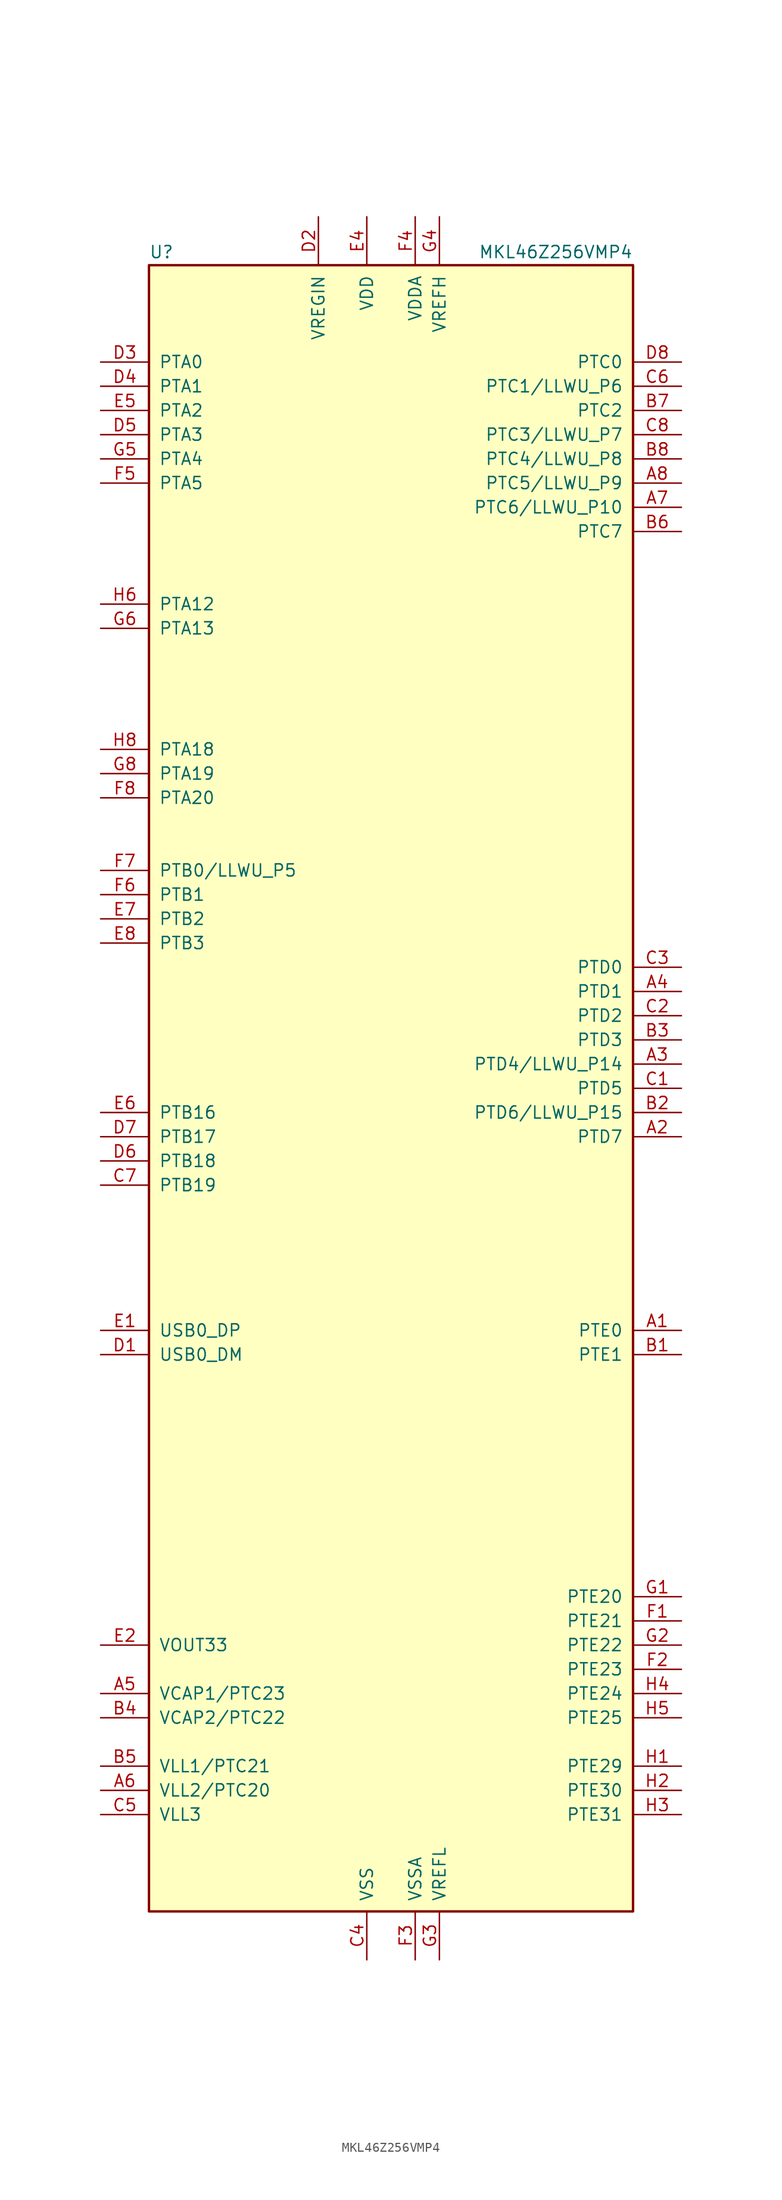
<source format=kicad_sym>
(kicad_symbol_lib
  (version 20211014)
  (generator kicad_symbol_editor)
  (symbol "MKL46Z256VMP4"
    (pin_names
      (offset 1.016))
    (property "Reference" "U"
      (at -25.4 86.995 0)
      (effects (font (size 1.27 1.27)) (justify left bottom)))
    (property "Value" "MKL46Z256VMP4"
      (at 25.4 86.995 0)
      (effects (font (size 1.27 1.27)) (justify right bottom)))
    (symbol "MKL46Z256VMP4_0_1"
      (rectangle (start -25.4 86.36) (end 25.4 -86.36) (stroke (width 0.254) (type default) (color 0 0 0 0)) (fill (type background))))
    (symbol "MKL46Z256VMP4_1_1"
      (pin bidirectional line (at 30.48 -25.4 180) (length 5.08) (name "PTE0" (effects (font (size 1.27 1.27)))) (number "A1" (effects (font (size 1.27 1.27)))))
      (pin bidirectional line (at 30.48 -5.08 180) (length 5.08) (name "PTD7" (effects (font (size 1.27 1.27)))) (number "A2" (effects (font (size 1.27 1.27)))))
      (pin bidirectional line (at 30.48 2.54 180) (length 5.08) (name "PTD4/LLWU_P14" (effects (font (size 1.27 1.27)))) (number "A3" (effects (font (size 1.27 1.27)))))
      (pin bidirectional line (at 30.48 10.16 180) (length 5.08) (name "PTD1" (effects (font (size 1.27 1.27)))) (number "A4" (effects (font (size 1.27 1.27)))))
      (pin passive line (at -30.48 -63.5 0) (length 5.08) (name "VCAP1/PTC23" (effects (font (size 1.27 1.27)))) (number "A5" (effects (font (size 1.27 1.27)))))
      (pin power_out line (at -30.48 -73.66 0) (length 5.08) (name "VLL2/PTC20" (effects (font (size 1.27 1.27)))) (number "A6" (effects (font (size 1.27 1.27)))))
      (pin bidirectional line (at 30.48 60.96 180) (length 5.08) (name "PTC6/LLWU_P10" (effects (font (size 1.27 1.27)))) (number "A7" (effects (font (size 1.27 1.27)))))
      (pin bidirectional line (at 30.48 63.5 180) (length 5.08) (name "PTC5/LLWU_P9" (effects (font (size 1.27 1.27)))) (number "A8" (effects (font (size 1.27 1.27)))))
      (pin bidirectional line (at 30.48 -27.94 180) (length 5.08) (name "PTE1" (effects (font (size 1.27 1.27)))) (number "B1" (effects (font (size 1.27 1.27)))))
      (pin bidirectional line (at 30.48 -2.54 180) (length 5.08) (name "PTD6/LLWU_P15" (effects (font (size 1.27 1.27)))) (number "B2" (effects (font (size 1.27 1.27)))))
      (pin bidirectional line (at 30.48 5.08 180) (length 5.08) (name "PTD3" (effects (font (size 1.27 1.27)))) (number "B3" (effects (font (size 1.27 1.27)))))
      (pin passive line (at -30.48 -66.04 0) (length 5.08) (name "VCAP2/PTC22" (effects (font (size 1.27 1.27)))) (number "B4" (effects (font (size 1.27 1.27)))))
      (pin power_out line (at -30.48 -71.12 0) (length 5.08) (name "VLL1/PTC21" (effects (font (size 1.27 1.27)))) (number "B5" (effects (font (size 1.27 1.27)))))
      (pin bidirectional line (at 30.48 58.42 180) (length 5.08) (name "PTC7" (effects (font (size 1.27 1.27)))) (number "B6" (effects (font (size 1.27 1.27)))))
      (pin bidirectional line (at 30.48 71.12 180) (length 5.08) (name "PTC2" (effects (font (size 1.27 1.27)))) (number "B7" (effects (font (size 1.27 1.27)))))
      (pin bidirectional line (at 30.48 66.04 180) (length 5.08) (name "PTC4/LLWU_P8" (effects (font (size 1.27 1.27)))) (number "B8" (effects (font (size 1.27 1.27)))))
      (pin bidirectional line (at 30.48 0 180) (length 5.08) (name "PTD5" (effects (font (size 1.27 1.27)))) (number "C1" (effects (font (size 1.27 1.27)))))
      (pin bidirectional line (at 30.48 7.62 180) (length 5.08) (name "PTD2" (effects (font (size 1.27 1.27)))) (number "C2" (effects (font (size 1.27 1.27)))))
      (pin bidirectional line (at 30.48 12.7 180) (length 5.08) (name "PTD0" (effects (font (size 1.27 1.27)))) (number "C3" (effects (font (size 1.27 1.27)))))
      (pin power_in line (at -2.54 -91.44 90) (length 5.08) (name "VSS" (effects (font (size 1.27 1.27)))) (number "C4" (effects (font (size 1.27 1.27)))))
      (pin power_out line (at -30.48 -76.2 0) (length 5.08) (name "VLL3" (effects (font (size 1.27 1.27)))) (number "C5" (effects (font (size 1.27 1.27)))))
      (pin bidirectional line (at 30.48 73.66 180) (length 5.08) (name "PTC1/LLWU_P6" (effects (font (size 1.27 1.27)))) (number "C6" (effects (font (size 1.27 1.27)))))
      (pin bidirectional line (at -30.48 -10.16 0) (length 5.08) (name "PTB19" (effects (font (size 1.27 1.27)))) (number "C7" (effects (font (size 1.27 1.27)))))
      (pin bidirectional line (at 30.48 68.58 180) (length 5.08) (name "PTC3/LLWU_P7" (effects (font (size 1.27 1.27)))) (number "C8" (effects (font (size 1.27 1.27)))))
      (pin bidirectional line (at -30.48 -27.94 0) (length 5.08) (name "USB0_DM" (effects (font (size 1.27 1.27)))) (number "D1" (effects (font (size 1.27 1.27)))))
      (pin power_in line (at -7.62 91.44 270) (length 5.08) (name "VREGIN" (effects (font (size 1.27 1.27)))) (number "D2" (effects (font (size 1.27 1.27)))))
      (pin bidirectional line (at -30.48 76.2 0) (length 5.08) (name "PTA0" (effects (font (size 1.27 1.27)))) (number "D3" (effects (font (size 1.27 1.27)))))
      (pin bidirectional line (at -30.48 73.66 0) (length 5.08) (name "PTA1" (effects (font (size 1.27 1.27)))) (number "D4" (effects (font (size 1.27 1.27)))))
      (pin bidirectional line (at -30.48 68.58 0) (length 5.08) (name "PTA3" (effects (font (size 1.27 1.27)))) (number "D5" (effects (font (size 1.27 1.27)))))
      (pin bidirectional line (at -30.48 -7.62 0) (length 5.08) (name "PTB18" (effects (font (size 1.27 1.27)))) (number "D6" (effects (font (size 1.27 1.27)))))
      (pin bidirectional line (at -30.48 -5.08 0) (length 5.08) (name "PTB17" (effects (font (size 1.27 1.27)))) (number "D7" (effects (font (size 1.27 1.27)))))
      (pin bidirectional line (at 30.48 76.2 180) (length 5.08) (name "PTC0" (effects (font (size 1.27 1.27)))) (number "D8" (effects (font (size 1.27 1.27)))))
      (pin bidirectional line (at -30.48 -25.4 0) (length 5.08) (name "USB0_DP" (effects (font (size 1.27 1.27)))) (number "E1" (effects (font (size 1.27 1.27)))))
      (pin power_out line (at -30.48 -58.42 0) (length 5.08) (name "VOUT33" (effects (font (size 1.27 1.27)))) (number "E2" (effects (font (size 1.27 1.27)))))
      (pin passive line (at -2.54 -91.44 90) (length 5.08) hide (name "VSS" (effects (font (size 1.27 1.27)))) (number "E3" (effects (font (size 1.27 1.27)))))
      (pin power_in line (at -2.54 91.44 270) (length 5.08) (name "VDD" (effects (font (size 1.27 1.27)))) (number "E4" (effects (font (size 1.27 1.27)))))
      (pin bidirectional line (at -30.48 71.12 0) (length 5.08) (name "PTA2" (effects (font (size 1.27 1.27)))) (number "E5" (effects (font (size 1.27 1.27)))))
      (pin bidirectional line (at -30.48 -2.54 0) (length 5.08) (name "PTB16" (effects (font (size 1.27 1.27)))) (number "E6" (effects (font (size 1.27 1.27)))))
      (pin bidirectional line (at -30.48 17.78 0) (length 5.08) (name "PTB2" (effects (font (size 1.27 1.27)))) (number "E7" (effects (font (size 1.27 1.27)))))
      (pin bidirectional line (at -30.48 15.24 0) (length 5.08) (name "PTB3" (effects (font (size 1.27 1.27)))) (number "E8" (effects (font (size 1.27 1.27)))))
      (pin bidirectional line (at 30.48 -55.88 180) (length 5.08) (name "PTE21" (effects (font (size 1.27 1.27)))) (number "F1" (effects (font (size 1.27 1.27)))))
      (pin bidirectional line (at 30.48 -60.96 180) (length 5.08) (name "PTE23" (effects (font (size 1.27 1.27)))) (number "F2" (effects (font (size 1.27 1.27)))))
      (pin power_in line (at 2.54 -91.44 90) (length 5.08) (name "VSSA" (effects (font (size 1.27 1.27)))) (number "F3" (effects (font (size 1.27 1.27)))))
      (pin power_in line (at 2.54 91.44 270) (length 5.08) (name "VDDA" (effects (font (size 1.27 1.27)))) (number "F4" (effects (font (size 1.27 1.27)))))
      (pin bidirectional line (at -30.48 63.5 0) (length 5.08) (name "PTA5" (effects (font (size 1.27 1.27)))) (number "F5" (effects (font (size 1.27 1.27)))))
      (pin bidirectional line (at -30.48 20.32 0) (length 5.08) (name "PTB1" (effects (font (size 1.27 1.27)))) (number "F6" (effects (font (size 1.27 1.27)))))
      (pin bidirectional line (at -30.48 22.86 0) (length 5.08) (name "PTB0/LLWU_P5" (effects (font (size 1.27 1.27)))) (number "F7" (effects (font (size 1.27 1.27)))))
      (pin bidirectional line (at -30.48 30.48 0) (length 5.08) (name "PTA20" (effects (font (size 1.27 1.27)))) (number "F8" (effects (font (size 1.27 1.27)))))
      (pin bidirectional line (at 30.48 -53.34 180) (length 5.08) (name "PTE20" (effects (font (size 1.27 1.27)))) (number "G1" (effects (font (size 1.27 1.27)))))
      (pin bidirectional line (at 30.48 -58.42 180) (length 5.08) (name "PTE22" (effects (font (size 1.27 1.27)))) (number "G2" (effects (font (size 1.27 1.27)))))
      (pin power_in line (at 5.08 -91.44 90) (length 5.08) (name "VREFL" (effects (font (size 1.27 1.27)))) (number "G3" (effects (font (size 1.27 1.27)))))
      (pin power_in line (at 5.08 91.44 270) (length 5.08) (name "VREFH" (effects (font (size 1.27 1.27)))) (number "G4" (effects (font (size 1.27 1.27)))))
      (pin bidirectional line (at -30.48 66.04 0) (length 5.08) (name "PTA4" (effects (font (size 1.27 1.27)))) (number "G5" (effects (font (size 1.27 1.27)))))
      (pin bidirectional line (at -30.48 48.26 0) (length 5.08) (name "PTA13" (effects (font (size 1.27 1.27)))) (number "G6" (effects (font (size 1.27 1.27)))))
      (pin passive line (at -2.54 91.44 270) (length 5.08) hide (name "VDD" (effects (font (size 1.27 1.27)))) (number "G7" (effects (font (size 1.27 1.27)))))
      (pin bidirectional line (at -30.48 33.02 0) (length 5.08) (name "PTA19" (effects (font (size 1.27 1.27)))) (number "G8" (effects (font (size 1.27 1.27)))))
      (pin bidirectional line (at 30.48 -71.12 180) (length 5.08) (name "PTE29" (effects (font (size 1.27 1.27)))) (number "H1" (effects (font (size 1.27 1.27)))))
      (pin bidirectional line (at 30.48 -73.66 180) (length 5.08) (name "PTE30" (effects (font (size 1.27 1.27)))) (number "H2" (effects (font (size 1.27 1.27)))))
      (pin bidirectional line (at 30.48 -76.2 180) (length 5.08) (name "PTE31" (effects (font (size 1.27 1.27)))) (number "H3" (effects (font (size 1.27 1.27)))))
      (pin bidirectional line (at 30.48 -63.5 180) (length 5.08) (name "PTE24" (effects (font (size 1.27 1.27)))) (number "H4" (effects (font (size 1.27 1.27)))))
      (pin bidirectional line (at 30.48 -66.04 180) (length 5.08) (name "PTE25" (effects (font (size 1.27 1.27)))) (number "H5" (effects (font (size 1.27 1.27)))))
      (pin bidirectional line (at -30.48 50.8 0) (length 5.08) (name "PTA12" (effects (font (size 1.27 1.27)))) (number "H6" (effects (font (size 1.27 1.27)))))
      (pin passive line (at -2.54 -91.44 90) (length 5.08) hide (name "VSS" (effects (font (size 1.27 1.27)))) (number "H7" (effects (font (size 1.27 1.27)))))
      (pin bidirectional line (at -30.48 35.56 0) (length 5.08) (name "PTA18" (effects (font (size 1.27 1.27)))) (number "H8" (effects (font (size 1.27 1.27))))))))
</source>
